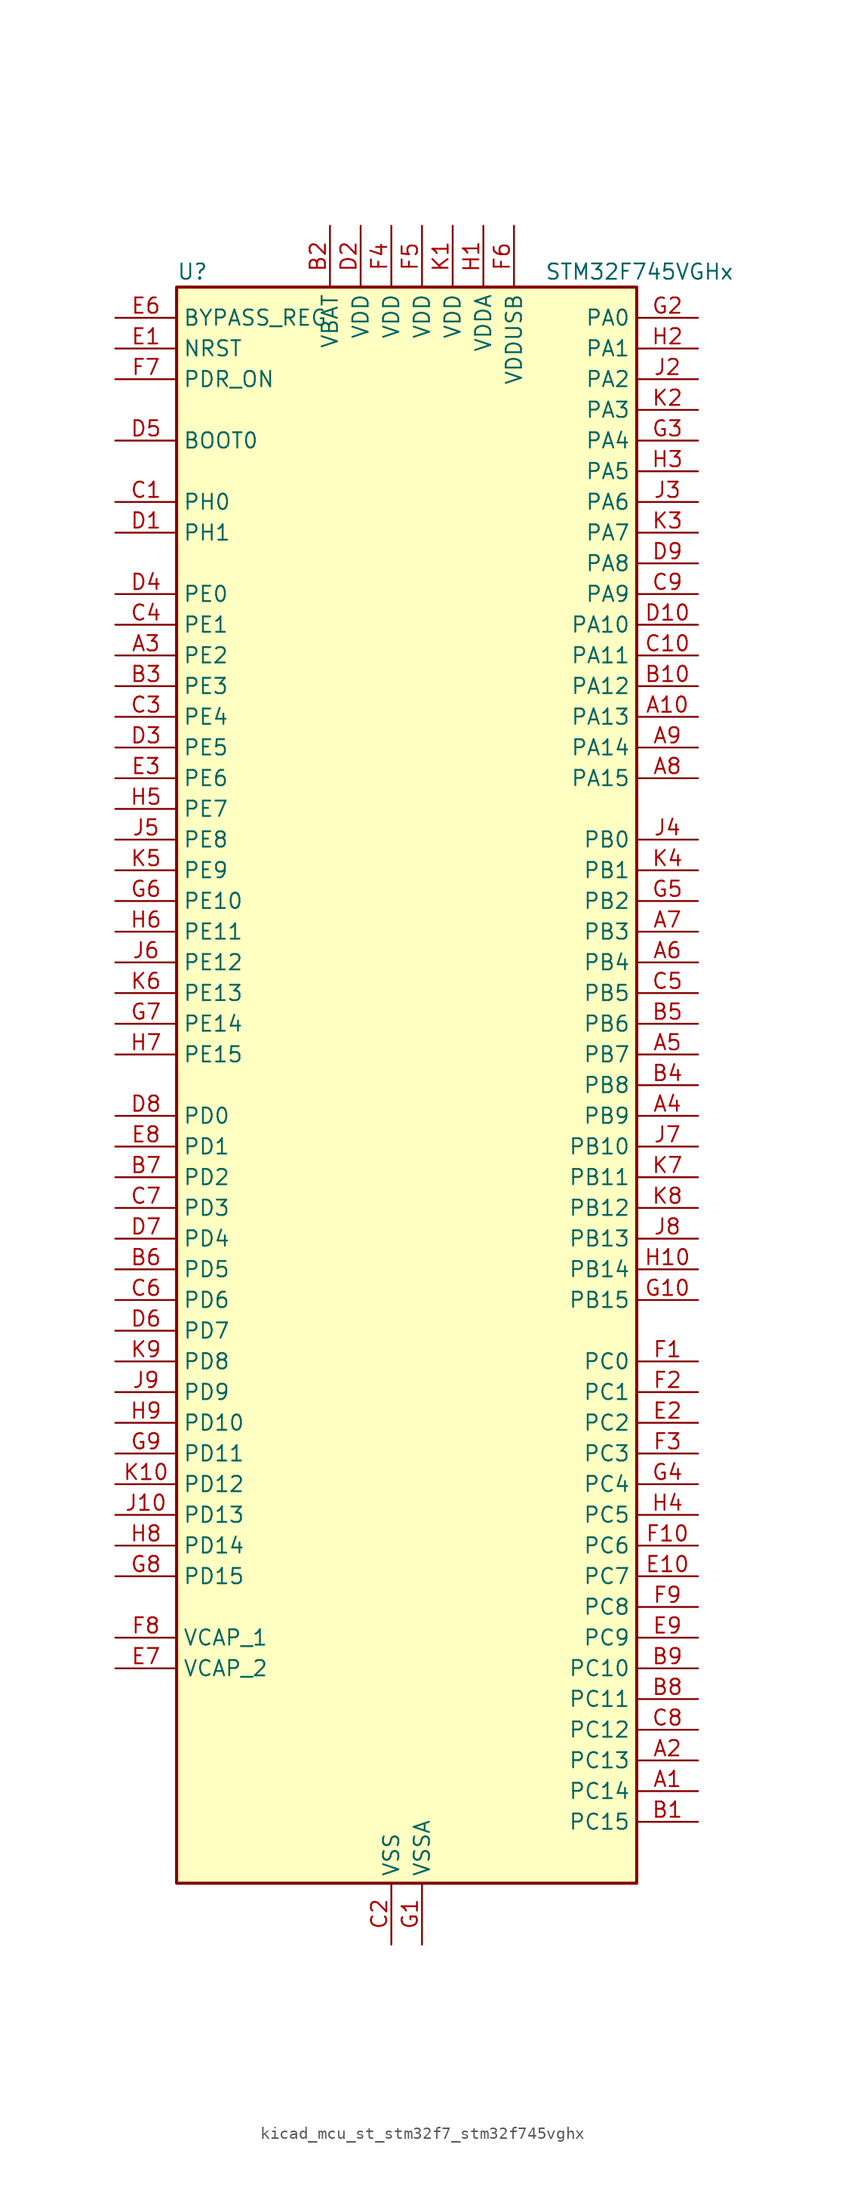
<source format=kicad_sym>
(kicad_symbol_lib
  (version 20220914)
  (generator kicad_symbol_editor)
  (symbol "kicad_mcu_st_stm32f7_stm32f745vghx"
    (property "Reference" "U"
      (at -17.78 67.31 0)
      (effects (font (size 1.27 1.27)) (justify left)))
    (property "Value" "STM32F745VGHx"
      (at 12.7 67.31 0)
      (effects (font (size 1.27 1.27)) (justify left)))
    (property "ki_locked" ""
      (at 0 0 0)
      (effects (font (size 1.27 1.27))))
    (symbol "kicad_mcu_st_stm32f7_stm32f745vghx_0_1"
      (rectangle (start -17.78 -66.04) (end 20.32 66.04) (stroke (width 0.254) (type default)) (fill (type background))))
    (symbol "kicad_mcu_st_stm32f7_stm32f745vghx_1_1"
      (pin bidirectional line (at 25.4 -58.42 180) (length 5.08) (name "PC14" (effects (font (size 1.27 1.27)))) (number "A1" (effects (font (size 1.27 1.27)))) (alternate "RCC_OSC32_IN" bidirectional line))
      (pin bidirectional line (at 25.4 30.48 180) (length 5.08) (name "PA13" (effects (font (size 1.27 1.27)))) (number "A10" (effects (font (size 1.27 1.27)))) (alternate "SYS_JTMS-SWDIO" bidirectional line))
      (pin bidirectional line (at 25.4 -55.88 180) (length 5.08) (name "PC13" (effects (font (size 1.27 1.27)))) (number "A2" (effects (font (size 1.27 1.27)))) (alternate "RTC_OUT" bidirectional line) (alternate "RTC_TAMP1" bidirectional line) (alternate "RTC_TS" bidirectional line) (alternate "SYS_WKUP4" bidirectional line))
      (pin bidirectional line (at -22.86 35.56 0) (length 5.08) (name "PE2" (effects (font (size 1.27 1.27)))) (number "A3" (effects (font (size 1.27 1.27)))) (alternate "ETH_TXD3" bidirectional line) (alternate "FMC_A23" bidirectional line) (alternate "QUADSPI_BK1_IO2" bidirectional line) (alternate "SAI1_MCLK_A" bidirectional line) (alternate "SPI4_SCK" bidirectional line) (alternate "SYS_TRACECLK" bidirectional line))
      (pin bidirectional line (at 25.4 -2.54 180) (length 5.08) (name "PB9" (effects (font (size 1.27 1.27)))) (number "A4" (effects (font (size 1.27 1.27)))) (alternate "CAN1_TX" bidirectional line) (alternate "DAC_EXTI9" bidirectional line) (alternate "DCMI_D7" bidirectional line) (alternate "I2C1_SDA" bidirectional line) (alternate "I2S2_WS" bidirectional line) (alternate "SDMMC1_D5" bidirectional line) (alternate "SPI2_NSS" bidirectional line) (alternate "TIM11_CH1" bidirectional line) (alternate "TIM4_CH4" bidirectional line))
      (pin bidirectional line (at 25.4 2.54 180) (length 5.08) (name "PB7" (effects (font (size 1.27 1.27)))) (number "A5" (effects (font (size 1.27 1.27)))) (alternate "DCMI_VSYNC" bidirectional line) (alternate "FMC_NL" bidirectional line) (alternate "I2C1_SDA" bidirectional line) (alternate "TIM4_CH2" bidirectional line) (alternate "USART1_RX" bidirectional line))
      (pin bidirectional line (at 25.4 10.16 180) (length 5.08) (name "PB4" (effects (font (size 1.27 1.27)))) (number "A6" (effects (font (size 1.27 1.27)))) (alternate "I2S2_WS" bidirectional line) (alternate "SPI1_MISO" bidirectional line) (alternate "SPI2_NSS" bidirectional line) (alternate "SPI3_MISO" bidirectional line) (alternate "SYS_JTRST" bidirectional line) (alternate "TIM3_CH1" bidirectional line))
      (pin bidirectional line (at 25.4 12.7 180) (length 5.08) (name "PB3" (effects (font (size 1.27 1.27)))) (number "A7" (effects (font (size 1.27 1.27)))) (alternate "I2S1_CK" bidirectional line) (alternate "I2S3_CK" bidirectional line) (alternate "SPI1_SCK" bidirectional line) (alternate "SPI3_SCK" bidirectional line) (alternate "SYS_JTDO-SWO" bidirectional line) (alternate "TIM2_CH2" bidirectional line))
      (pin bidirectional line (at 25.4 25.4 180) (length 5.08) (name "PA15" (effects (font (size 1.27 1.27)))) (number "A8" (effects (font (size 1.27 1.27)))) (alternate "CEC" bidirectional line) (alternate "I2S1_WS" bidirectional line) (alternate "I2S3_WS" bidirectional line) (alternate "SPI1_NSS" bidirectional line) (alternate "SPI3_NSS" bidirectional line) (alternate "SYS_JTDI" bidirectional line) (alternate "TIM2_CH1" bidirectional line) (alternate "TIM2_ETR" bidirectional line) (alternate "UART4_DE" bidirectional line) (alternate "UART4_RTS" bidirectional line))
      (pin bidirectional line (at 25.4 27.94 180) (length 5.08) (name "PA14" (effects (font (size 1.27 1.27)))) (number "A9" (effects (font (size 1.27 1.27)))) (alternate "SYS_JTCK-SWCLK" bidirectional line))
      (pin bidirectional line (at 25.4 -60.96 180) (length 5.08) (name "PC15" (effects (font (size 1.27 1.27)))) (number "B1" (effects (font (size 1.27 1.27)))) (alternate "RCC_OSC32_OUT" bidirectional line))
      (pin bidirectional line (at 25.4 33.02 180) (length 5.08) (name "PA12" (effects (font (size 1.27 1.27)))) (number "B10" (effects (font (size 1.27 1.27)))) (alternate "CAN1_TX" bidirectional line) (alternate "SAI2_FS_B" bidirectional line) (alternate "TIM1_ETR" bidirectional line) (alternate "USART1_DE" bidirectional line) (alternate "USART1_RTS" bidirectional line) (alternate "USB_OTG_FS_DP" bidirectional line))
      (pin power_in line (at -5.08 71.12 270) (length 5.08) (name "VBAT" (effects (font (size 1.27 1.27)))) (number "B2" (effects (font (size 1.27 1.27)))))
      (pin bidirectional line (at -22.86 33.02 0) (length 5.08) (name "PE3" (effects (font (size 1.27 1.27)))) (number "B3" (effects (font (size 1.27 1.27)))) (alternate "FMC_A19" bidirectional line) (alternate "SAI1_SD_B" bidirectional line) (alternate "SYS_TRACED0" bidirectional line))
      (pin bidirectional line (at 25.4 0 180) (length 5.08) (name "PB8" (effects (font (size 1.27 1.27)))) (number "B4" (effects (font (size 1.27 1.27)))) (alternate "CAN1_RX" bidirectional line) (alternate "DCMI_D6" bidirectional line) (alternate "ETH_TXD3" bidirectional line) (alternate "I2C1_SCL" bidirectional line) (alternate "SDMMC1_D4" bidirectional line) (alternate "TIM10_CH1" bidirectional line) (alternate "TIM4_CH3" bidirectional line))
      (pin bidirectional line (at 25.4 5.08 180) (length 5.08) (name "PB6" (effects (font (size 1.27 1.27)))) (number "B5" (effects (font (size 1.27 1.27)))) (alternate "CAN2_TX" bidirectional line) (alternate "CEC" bidirectional line) (alternate "DCMI_D5" bidirectional line) (alternate "FMC_SDNE1" bidirectional line) (alternate "I2C1_SCL" bidirectional line) (alternate "QUADSPI_BK1_NCS" bidirectional line) (alternate "TIM4_CH1" bidirectional line) (alternate "USART1_TX" bidirectional line))
      (pin bidirectional line (at -22.86 -15.24 0) (length 5.08) (name "PD5" (effects (font (size 1.27 1.27)))) (number "B6" (effects (font (size 1.27 1.27)))) (alternate "FMC_NWE" bidirectional line) (alternate "USART2_TX" bidirectional line))
      (pin bidirectional line (at -22.86 -7.62 0) (length 5.08) (name "PD2" (effects (font (size 1.27 1.27)))) (number "B7" (effects (font (size 1.27 1.27)))) (alternate "DCMI_D11" bidirectional line) (alternate "SDMMC1_CMD" bidirectional line) (alternate "SYS_TRACED2" bidirectional line) (alternate "TIM3_ETR" bidirectional line) (alternate "UART5_RX" bidirectional line))
      (pin bidirectional line (at 25.4 -50.8 180) (length 5.08) (name "PC11" (effects (font (size 1.27 1.27)))) (number "B8" (effects (font (size 1.27 1.27)))) (alternate "ADC1_EXTI11" bidirectional line) (alternate "ADC2_EXTI11" bidirectional line) (alternate "ADC3_EXTI11" bidirectional line) (alternate "DCMI_D4" bidirectional line) (alternate "QUADSPI_BK2_NCS" bidirectional line) (alternate "SDMMC1_D3" bidirectional line) (alternate "SPI3_MISO" bidirectional line) (alternate "UART4_RX" bidirectional line) (alternate "USART3_RX" bidirectional line))
      (pin bidirectional line (at 25.4 -48.26 180) (length 5.08) (name "PC10" (effects (font (size 1.27 1.27)))) (number "B9" (effects (font (size 1.27 1.27)))) (alternate "DCMI_D8" bidirectional line) (alternate "I2S3_CK" bidirectional line) (alternate "QUADSPI_BK1_IO1" bidirectional line) (alternate "SDMMC1_D2" bidirectional line) (alternate "SPI3_SCK" bidirectional line) (alternate "UART4_TX" bidirectional line) (alternate "USART3_TX" bidirectional line))
      (pin bidirectional line (at -22.86 48.26 0) (length 5.08) (name "PH0" (effects (font (size 1.27 1.27)))) (number "C1" (effects (font (size 1.27 1.27)))) (alternate "RCC_OSC_IN" bidirectional line))
      (pin bidirectional line (at 25.4 35.56 180) (length 5.08) (name "PA11" (effects (font (size 1.27 1.27)))) (number "C10" (effects (font (size 1.27 1.27)))) (alternate "ADC1_EXTI11" bidirectional line) (alternate "ADC2_EXTI11" bidirectional line) (alternate "ADC3_EXTI11" bidirectional line) (alternate "CAN1_RX" bidirectional line) (alternate "TIM1_CH4" bidirectional line) (alternate "USART1_CTS" bidirectional line) (alternate "USB_OTG_FS_DM" bidirectional line))
      (pin power_in line (at 0 -71.12 90) (length 5.08) (name "VSS" (effects (font (size 1.27 1.27)))) (number "C2" (effects (font (size 1.27 1.27)))))
      (pin bidirectional line (at -22.86 30.48 0) (length 5.08) (name "PE4" (effects (font (size 1.27 1.27)))) (number "C3" (effects (font (size 1.27 1.27)))) (alternate "DCMI_D4" bidirectional line) (alternate "FMC_A20" bidirectional line) (alternate "SAI1_FS_A" bidirectional line) (alternate "SPI4_NSS" bidirectional line) (alternate "SYS_TRACED1" bidirectional line))
      (pin bidirectional line (at -22.86 38.1 0) (length 5.08) (name "PE1" (effects (font (size 1.27 1.27)))) (number "C4" (effects (font (size 1.27 1.27)))) (alternate "DCMI_D3" bidirectional line) (alternate "FMC_NBL1" bidirectional line) (alternate "LPTIM1_IN2" bidirectional line) (alternate "UART8_TX" bidirectional line))
      (pin bidirectional line (at 25.4 7.62 180) (length 5.08) (name "PB5" (effects (font (size 1.27 1.27)))) (number "C5" (effects (font (size 1.27 1.27)))) (alternate "CAN2_RX" bidirectional line) (alternate "DCMI_D10" bidirectional line) (alternate "ETH_PPS_OUT" bidirectional line) (alternate "FMC_SDCKE1" bidirectional line) (alternate "I2C1_SMBA" bidirectional line) (alternate "I2S1_SD" bidirectional line) (alternate "I2S3_SD" bidirectional line) (alternate "SPI1_MOSI" bidirectional line) (alternate "SPI3_MOSI" bidirectional line) (alternate "TIM3_CH2" bidirectional line) (alternate "USB_OTG_HS_ULPI_D7" bidirectional line))
      (pin bidirectional line (at -22.86 -17.78 0) (length 5.08) (name "PD6" (effects (font (size 1.27 1.27)))) (number "C6" (effects (font (size 1.27 1.27)))) (alternate "DCMI_D10" bidirectional line) (alternate "FMC_NWAIT" bidirectional line) (alternate "I2S3_SD" bidirectional line) (alternate "SAI1_SD_A" bidirectional line) (alternate "SPI3_MOSI" bidirectional line) (alternate "USART2_RX" bidirectional line))
      (pin bidirectional line (at -22.86 -10.16 0) (length 5.08) (name "PD3" (effects (font (size 1.27 1.27)))) (number "C7" (effects (font (size 1.27 1.27)))) (alternate "DCMI_D5" bidirectional line) (alternate "FMC_CLK" bidirectional line) (alternate "I2S2_CK" bidirectional line) (alternate "SPI2_SCK" bidirectional line) (alternate "USART2_CTS" bidirectional line))
      (pin bidirectional line (at 25.4 -53.34 180) (length 5.08) (name "PC12" (effects (font (size 1.27 1.27)))) (number "C8" (effects (font (size 1.27 1.27)))) (alternate "DCMI_D9" bidirectional line) (alternate "I2S3_SD" bidirectional line) (alternate "SDMMC1_CK" bidirectional line) (alternate "SPI3_MOSI" bidirectional line) (alternate "SYS_TRACED3" bidirectional line) (alternate "UART5_TX" bidirectional line) (alternate "USART3_CK" bidirectional line))
      (pin bidirectional line (at 25.4 40.64 180) (length 5.08) (name "PA9" (effects (font (size 1.27 1.27)))) (number "C9" (effects (font (size 1.27 1.27)))) (alternate "DAC_EXTI9" bidirectional line) (alternate "DCMI_D0" bidirectional line) (alternate "I2C3_SMBA" bidirectional line) (alternate "I2S2_CK" bidirectional line) (alternate "SPI2_SCK" bidirectional line) (alternate "TIM1_CH2" bidirectional line) (alternate "USART1_TX" bidirectional line) (alternate "USB_OTG_FS_VBUS" bidirectional line))
      (pin bidirectional line (at -22.86 45.72 0) (length 5.08) (name "PH1" (effects (font (size 1.27 1.27)))) (number "D1" (effects (font (size 1.27 1.27)))) (alternate "RCC_OSC_OUT" bidirectional line))
      (pin bidirectional line (at 25.4 38.1 180) (length 5.08) (name "PA10" (effects (font (size 1.27 1.27)))) (number "D10" (effects (font (size 1.27 1.27)))) (alternate "DCMI_D1" bidirectional line) (alternate "TIM1_CH3" bidirectional line) (alternate "USART1_RX" bidirectional line) (alternate "USB_OTG_FS_ID" bidirectional line))
      (pin power_in line (at -2.54 71.12 270) (length 5.08) (name "VDD" (effects (font (size 1.27 1.27)))) (number "D2" (effects (font (size 1.27 1.27)))))
      (pin bidirectional line (at -22.86 27.94 0) (length 5.08) (name "PE5" (effects (font (size 1.27 1.27)))) (number "D3" (effects (font (size 1.27 1.27)))) (alternate "DCMI_D6" bidirectional line) (alternate "FMC_A21" bidirectional line) (alternate "SAI1_SCK_A" bidirectional line) (alternate "SPI4_MISO" bidirectional line) (alternate "SYS_TRACED2" bidirectional line) (alternate "TIM9_CH1" bidirectional line))
      (pin bidirectional line (at -22.86 40.64 0) (length 5.08) (name "PE0" (effects (font (size 1.27 1.27)))) (number "D4" (effects (font (size 1.27 1.27)))) (alternate "DCMI_D2" bidirectional line) (alternate "FMC_NBL0" bidirectional line) (alternate "LPTIM1_ETR" bidirectional line) (alternate "SAI2_MCLK_A" bidirectional line) (alternate "TIM4_ETR" bidirectional line) (alternate "UART8_RX" bidirectional line))
      (pin input line (at -22.86 53.34 0) (length 5.08) (name "BOOT0" (effects (font (size 1.27 1.27)))) (number "D5" (effects (font (size 1.27 1.27)))))
      (pin bidirectional line (at -22.86 -20.32 0) (length 5.08) (name "PD7" (effects (font (size 1.27 1.27)))) (number "D6" (effects (font (size 1.27 1.27)))) (alternate "FMC_NE1" bidirectional line) (alternate "SPDIFRX_IN0" bidirectional line) (alternate "USART2_CK" bidirectional line))
      (pin bidirectional line (at -22.86 -12.7 0) (length 5.08) (name "PD4" (effects (font (size 1.27 1.27)))) (number "D7" (effects (font (size 1.27 1.27)))) (alternate "FMC_NOE" bidirectional line) (alternate "USART2_DE" bidirectional line) (alternate "USART2_RTS" bidirectional line))
      (pin bidirectional line (at -22.86 -2.54 0) (length 5.08) (name "PD0" (effects (font (size 1.27 1.27)))) (number "D8" (effects (font (size 1.27 1.27)))) (alternate "CAN1_RX" bidirectional line) (alternate "FMC_D2" bidirectional line) (alternate "FMC_DA2" bidirectional line))
      (pin bidirectional line (at 25.4 43.18 180) (length 5.08) (name "PA8" (effects (font (size 1.27 1.27)))) (number "D9" (effects (font (size 1.27 1.27)))) (alternate "I2C3_SCL" bidirectional line) (alternate "RCC_MCO_1" bidirectional line) (alternate "TIM1_CH1" bidirectional line) (alternate "TIM8_BKIN2" bidirectional line) (alternate "USART1_CK" bidirectional line) (alternate "USB_OTG_FS_SOF" bidirectional line))
      (pin input line (at -22.86 60.96 0) (length 5.08) (name "NRST" (effects (font (size 1.27 1.27)))) (number "E1" (effects (font (size 1.27 1.27)))))
      (pin bidirectional line (at 25.4 -40.64 180) (length 5.08) (name "PC7" (effects (font (size 1.27 1.27)))) (number "E10" (effects (font (size 1.27 1.27)))) (alternate "DCMI_D1" bidirectional line) (alternate "I2S3_MCK" bidirectional line) (alternate "SDMMC1_D7" bidirectional line) (alternate "TIM3_CH2" bidirectional line) (alternate "TIM8_CH2" bidirectional line) (alternate "USART6_RX" bidirectional line))
      (pin bidirectional line (at 25.4 -27.94 180) (length 5.08) (name "PC2" (effects (font (size 1.27 1.27)))) (number "E2" (effects (font (size 1.27 1.27)))) (alternate "ADC1_IN12" bidirectional line) (alternate "ADC2_IN12" bidirectional line) (alternate "ADC3_IN12" bidirectional line) (alternate "ETH_TXD2" bidirectional line) (alternate "FMC_SDNE0" bidirectional line) (alternate "SPI2_MISO" bidirectional line) (alternate "USB_OTG_HS_ULPI_DIR" bidirectional line))
      (pin bidirectional line (at -22.86 25.4 0) (length 5.08) (name "PE6" (effects (font (size 1.27 1.27)))) (number "E3" (effects (font (size 1.27 1.27)))) (alternate "DCMI_D7" bidirectional line) (alternate "FMC_A22" bidirectional line) (alternate "SAI1_SD_A" bidirectional line) (alternate "SAI2_MCLK_B" bidirectional line) (alternate "SPI4_MOSI" bidirectional line) (alternate "SYS_TRACED3" bidirectional line) (alternate "TIM1_BKIN2" bidirectional line) (alternate "TIM9_CH2" bidirectional line))
      (pin passive line (at 0 -71.12 90) (length 5.08) hide (name "VSS" (effects (font (size 1.27 1.27)))) (number "E4" (effects (font (size 1.27 1.27)))))
      (pin passive line (at 0 -71.12 90) (length 5.08) hide (name "VSS" (effects (font (size 1.27 1.27)))) (number "E5" (effects (font (size 1.27 1.27)))))
      (pin input line (at -22.86 63.5 0) (length 5.08) (name "BYPASS_REG" (effects (font (size 1.27 1.27)))) (number "E6" (effects (font (size 1.27 1.27)))))
      (pin power_out line (at -22.86 -48.26 0) (length 5.08) (name "VCAP_2" (effects (font (size 1.27 1.27)))) (number "E7" (effects (font (size 1.27 1.27)))))
      (pin bidirectional line (at -22.86 -5.08 0) (length 5.08) (name "PD1" (effects (font (size 1.27 1.27)))) (number "E8" (effects (font (size 1.27 1.27)))) (alternate "CAN1_TX" bidirectional line) (alternate "FMC_D3" bidirectional line) (alternate "FMC_DA3" bidirectional line))
      (pin bidirectional line (at 25.4 -45.72 180) (length 5.08) (name "PC9" (effects (font (size 1.27 1.27)))) (number "E9" (effects (font (size 1.27 1.27)))) (alternate "DAC_EXTI9" bidirectional line) (alternate "DCMI_D3" bidirectional line) (alternate "I2C3_SDA" bidirectional line) (alternate "I2S_CKIN" bidirectional line) (alternate "QUADSPI_BK1_IO0" bidirectional line) (alternate "RCC_MCO_2" bidirectional line) (alternate "SDMMC1_D1" bidirectional line) (alternate "TIM3_CH4" bidirectional line) (alternate "TIM8_CH4" bidirectional line) (alternate "UART5_CTS" bidirectional line))
      (pin bidirectional line (at 25.4 -22.86 180) (length 5.08) (name "PC0" (effects (font (size 1.27 1.27)))) (number "F1" (effects (font (size 1.27 1.27)))) (alternate "ADC1_IN10" bidirectional line) (alternate "ADC2_IN10" bidirectional line) (alternate "ADC3_IN10" bidirectional line) (alternate "FMC_SDNWE" bidirectional line) (alternate "SAI2_FS_B" bidirectional line) (alternate "USB_OTG_HS_ULPI_STP" bidirectional line))
      (pin bidirectional line (at 25.4 -38.1 180) (length 5.08) (name "PC6" (effects (font (size 1.27 1.27)))) (number "F10" (effects (font (size 1.27 1.27)))) (alternate "DCMI_D0" bidirectional line) (alternate "I2S2_MCK" bidirectional line) (alternate "SDMMC1_D6" bidirectional line) (alternate "TIM3_CH1" bidirectional line) (alternate "TIM8_CH1" bidirectional line) (alternate "USART6_TX" bidirectional line))
      (pin bidirectional line (at 25.4 -25.4 180) (length 5.08) (name "PC1" (effects (font (size 1.27 1.27)))) (number "F2" (effects (font (size 1.27 1.27)))) (alternate "ADC1_IN11" bidirectional line) (alternate "ADC2_IN11" bidirectional line) (alternate "ADC3_IN11" bidirectional line) (alternate "ETH_MDC" bidirectional line) (alternate "I2S2_SD" bidirectional line) (alternate "RTC_TAMP3" bidirectional line) (alternate "RTC_TS" bidirectional line) (alternate "SAI1_SD_A" bidirectional line) (alternate "SPI2_MOSI" bidirectional line) (alternate "SYS_TRACED0" bidirectional line) (alternate "SYS_WKUP3" bidirectional line))
      (pin bidirectional line (at 25.4 -30.48 180) (length 5.08) (name "PC3" (effects (font (size 1.27 1.27)))) (number "F3" (effects (font (size 1.27 1.27)))) (alternate "ADC1_IN13" bidirectional line) (alternate "ADC2_IN13" bidirectional line) (alternate "ADC3_IN13" bidirectional line) (alternate "ETH_TX_CLK" bidirectional line) (alternate "FMC_SDCKE0" bidirectional line) (alternate "I2S2_SD" bidirectional line) (alternate "SPI2_MOSI" bidirectional line) (alternate "USB_OTG_HS_ULPI_NXT" bidirectional line))
      (pin power_in line (at 0 71.12 270) (length 5.08) (name "VDD" (effects (font (size 1.27 1.27)))) (number "F4" (effects (font (size 1.27 1.27)))))
      (pin power_in line (at 2.54 71.12 270) (length 5.08) (name "VDD" (effects (font (size 1.27 1.27)))) (number "F5" (effects (font (size 1.27 1.27)))))
      (pin power_in line (at 10.16 71.12 270) (length 5.08) (name "VDDUSB" (effects (font (size 1.27 1.27)))) (number "F6" (effects (font (size 1.27 1.27)))))
      (pin input line (at -22.86 58.42 0) (length 5.08) (name "PDR_ON" (effects (font (size 1.27 1.27)))) (number "F7" (effects (font (size 1.27 1.27)))))
      (pin power_out line (at -22.86 -45.72 0) (length 5.08) (name "VCAP_1" (effects (font (size 1.27 1.27)))) (number "F8" (effects (font (size 1.27 1.27)))))
      (pin bidirectional line (at 25.4 -43.18 180) (length 5.08) (name "PC8" (effects (font (size 1.27 1.27)))) (number "F9" (effects (font (size 1.27 1.27)))) (alternate "DCMI_D2" bidirectional line) (alternate "SDMMC1_D0" bidirectional line) (alternate "SYS_TRACED1" bidirectional line) (alternate "TIM3_CH3" bidirectional line) (alternate "TIM8_CH3" bidirectional line) (alternate "UART5_DE" bidirectional line) (alternate "UART5_RTS" bidirectional line) (alternate "USART6_CK" bidirectional line))
      (pin power_in line (at 2.54 -71.12 90) (length 5.08) (name "VSSA" (effects (font (size 1.27 1.27)))) (number "G1" (effects (font (size 1.27 1.27)))))
      (pin bidirectional line (at 25.4 -17.78 180) (length 5.08) (name "PB15" (effects (font (size 1.27 1.27)))) (number "G10" (effects (font (size 1.27 1.27)))) (alternate "I2S2_SD" bidirectional line) (alternate "RTC_REFIN" bidirectional line) (alternate "SPI2_MOSI" bidirectional line) (alternate "TIM12_CH2" bidirectional line) (alternate "TIM1_CH3N" bidirectional line) (alternate "TIM8_CH3N" bidirectional line) (alternate "USB_OTG_HS_DP" bidirectional line))
      (pin bidirectional line (at 25.4 63.5 180) (length 5.08) (name "PA0" (effects (font (size 1.27 1.27)))) (number "G2" (effects (font (size 1.27 1.27)))) (alternate "ADC1_IN0" bidirectional line) (alternate "ADC2_IN0" bidirectional line) (alternate "ADC3_IN0" bidirectional line) (alternate "ETH_CRS" bidirectional line) (alternate "SAI2_SD_B" bidirectional line) (alternate "SYS_WKUP1" bidirectional line) (alternate "TIM2_CH1" bidirectional line) (alternate "TIM2_ETR" bidirectional line) (alternate "TIM5_CH1" bidirectional line) (alternate "TIM8_ETR" bidirectional line) (alternate "UART4_TX" bidirectional line) (alternate "USART2_CTS" bidirectional line))
      (pin bidirectional line (at 25.4 53.34 180) (length 5.08) (name "PA4" (effects (font (size 1.27 1.27)))) (number "G3" (effects (font (size 1.27 1.27)))) (alternate "ADC1_IN4" bidirectional line) (alternate "ADC2_IN4" bidirectional line) (alternate "DAC_OUT1" bidirectional line) (alternate "DCMI_HSYNC" bidirectional line) (alternate "I2S1_WS" bidirectional line) (alternate "I2S3_WS" bidirectional line) (alternate "SPI1_NSS" bidirectional line) (alternate "SPI3_NSS" bidirectional line) (alternate "USART2_CK" bidirectional line) (alternate "USB_OTG_HS_SOF" bidirectional line))
      (pin bidirectional line (at 25.4 -33.02 180) (length 5.08) (name "PC4" (effects (font (size 1.27 1.27)))) (number "G4" (effects (font (size 1.27 1.27)))) (alternate "ADC1_IN14" bidirectional line) (alternate "ADC2_IN14" bidirectional line) (alternate "ETH_RXD0" bidirectional line) (alternate "FMC_SDNE0" bidirectional line) (alternate "I2S1_MCK" bidirectional line) (alternate "SPDIFRX_IN2" bidirectional line))
      (pin bidirectional line (at 25.4 15.24 180) (length 5.08) (name "PB2" (effects (font (size 1.27 1.27)))) (number "G5" (effects (font (size 1.27 1.27)))) (alternate "I2S3_SD" bidirectional line) (alternate "QUADSPI_CLK" bidirectional line) (alternate "SAI1_SD_A" bidirectional line) (alternate "SPI3_MOSI" bidirectional line))
      (pin bidirectional line (at -22.86 15.24 0) (length 5.08) (name "PE10" (effects (font (size 1.27 1.27)))) (number "G6" (effects (font (size 1.27 1.27)))) (alternate "FMC_D7" bidirectional line) (alternate "FMC_DA7" bidirectional line) (alternate "QUADSPI_BK2_IO3" bidirectional line) (alternate "TIM1_CH2N" bidirectional line) (alternate "UART7_CTS" bidirectional line))
      (pin bidirectional line (at -22.86 5.08 0) (length 5.08) (name "PE14" (effects (font (size 1.27 1.27)))) (number "G7" (effects (font (size 1.27 1.27)))) (alternate "FMC_D11" bidirectional line) (alternate "FMC_DA11" bidirectional line) (alternate "SAI2_MCLK_B" bidirectional line) (alternate "SPI4_MOSI" bidirectional line) (alternate "TIM1_CH4" bidirectional line))
      (pin bidirectional line (at -22.86 -40.64 0) (length 5.08) (name "PD15" (effects (font (size 1.27 1.27)))) (number "G8" (effects (font (size 1.27 1.27)))) (alternate "FMC_D1" bidirectional line) (alternate "FMC_DA1" bidirectional line) (alternate "TIM4_CH4" bidirectional line) (alternate "UART8_DE" bidirectional line) (alternate "UART8_RTS" bidirectional line))
      (pin bidirectional line (at -22.86 -30.48 0) (length 5.08) (name "PD11" (effects (font (size 1.27 1.27)))) (number "G9" (effects (font (size 1.27 1.27)))) (alternate "ADC1_EXTI11" bidirectional line) (alternate "ADC2_EXTI11" bidirectional line) (alternate "ADC3_EXTI11" bidirectional line) (alternate "FMC_A16" bidirectional line) (alternate "FMC_CLE" bidirectional line) (alternate "I2C4_SMBA" bidirectional line) (alternate "QUADSPI_BK1_IO0" bidirectional line) (alternate "SAI2_SD_A" bidirectional line) (alternate "USART3_CTS" bidirectional line))
      (pin power_in line (at 7.62 71.12 270) (length 5.08) (name "VDDA" (effects (font (size 1.27 1.27)))) (number "H1" (effects (font (size 1.27 1.27)))))
      (pin bidirectional line (at 25.4 -15.24 180) (length 5.08) (name "PB14" (effects (font (size 1.27 1.27)))) (number "H10" (effects (font (size 1.27 1.27)))) (alternate "SPI2_MISO" bidirectional line) (alternate "TIM12_CH1" bidirectional line) (alternate "TIM1_CH2N" bidirectional line) (alternate "TIM8_CH2N" bidirectional line) (alternate "USART3_DE" bidirectional line) (alternate "USART3_RTS" bidirectional line) (alternate "USB_OTG_HS_DM" bidirectional line))
      (pin bidirectional line (at 25.4 60.96 180) (length 5.08) (name "PA1" (effects (font (size 1.27 1.27)))) (number "H2" (effects (font (size 1.27 1.27)))) (alternate "ADC1_IN1" bidirectional line) (alternate "ADC2_IN1" bidirectional line) (alternate "ADC3_IN1" bidirectional line) (alternate "ETH_REF_CLK" bidirectional line) (alternate "ETH_RX_CLK" bidirectional line) (alternate "QUADSPI_BK1_IO3" bidirectional line) (alternate "SAI2_MCLK_B" bidirectional line) (alternate "TIM2_CH2" bidirectional line) (alternate "TIM5_CH2" bidirectional line) (alternate "UART4_RX" bidirectional line) (alternate "USART2_DE" bidirectional line) (alternate "USART2_RTS" bidirectional line))
      (pin bidirectional line (at 25.4 50.8 180) (length 5.08) (name "PA5" (effects (font (size 1.27 1.27)))) (number "H3" (effects (font (size 1.27 1.27)))) (alternate "ADC1_IN5" bidirectional line) (alternate "ADC2_IN5" bidirectional line) (alternate "DAC_OUT2" bidirectional line) (alternate "I2S1_CK" bidirectional line) (alternate "SPI1_SCK" bidirectional line) (alternate "TIM2_CH1" bidirectional line) (alternate "TIM2_ETR" bidirectional line) (alternate "TIM8_CH1N" bidirectional line) (alternate "USB_OTG_HS_ULPI_CK" bidirectional line))
      (pin bidirectional line (at 25.4 -35.56 180) (length 5.08) (name "PC5" (effects (font (size 1.27 1.27)))) (number "H4" (effects (font (size 1.27 1.27)))) (alternate "ADC1_IN15" bidirectional line) (alternate "ADC2_IN15" bidirectional line) (alternate "ETH_RXD1" bidirectional line) (alternate "FMC_SDCKE0" bidirectional line) (alternate "SPDIFRX_IN3" bidirectional line))
      (pin bidirectional line (at -22.86 22.86 0) (length 5.08) (name "PE7" (effects (font (size 1.27 1.27)))) (number "H5" (effects (font (size 1.27 1.27)))) (alternate "FMC_D4" bidirectional line) (alternate "FMC_DA4" bidirectional line) (alternate "QUADSPI_BK2_IO0" bidirectional line) (alternate "TIM1_ETR" bidirectional line) (alternate "UART7_RX" bidirectional line))
      (pin bidirectional line (at -22.86 12.7 0) (length 5.08) (name "PE11" (effects (font (size 1.27 1.27)))) (number "H6" (effects (font (size 1.27 1.27)))) (alternate "ADC1_EXTI11" bidirectional line) (alternate "ADC2_EXTI11" bidirectional line) (alternate "ADC3_EXTI11" bidirectional line) (alternate "FMC_D8" bidirectional line) (alternate "FMC_DA8" bidirectional line) (alternate "SAI2_SD_B" bidirectional line) (alternate "SPI4_NSS" bidirectional line) (alternate "TIM1_CH2" bidirectional line))
      (pin bidirectional line (at -22.86 2.54 0) (length 5.08) (name "PE15" (effects (font (size 1.27 1.27)))) (number "H7" (effects (font (size 1.27 1.27)))) (alternate "FMC_D12" bidirectional line) (alternate "FMC_DA12" bidirectional line) (alternate "TIM1_BKIN" bidirectional line))
      (pin bidirectional line (at -22.86 -38.1 0) (length 5.08) (name "PD14" (effects (font (size 1.27 1.27)))) (number "H8" (effects (font (size 1.27 1.27)))) (alternate "FMC_D0" bidirectional line) (alternate "FMC_DA0" bidirectional line) (alternate "TIM4_CH3" bidirectional line) (alternate "UART8_CTS" bidirectional line))
      (pin bidirectional line (at -22.86 -27.94 0) (length 5.08) (name "PD10" (effects (font (size 1.27 1.27)))) (number "H9" (effects (font (size 1.27 1.27)))) (alternate "FMC_D15" bidirectional line) (alternate "FMC_DA15" bidirectional line) (alternate "USART3_CK" bidirectional line))
      (pin passive line (at 0 -71.12 90) (length 5.08) hide (name "VSS" (effects (font (size 1.27 1.27)))) (number "J1" (effects (font (size 1.27 1.27)))))
      (pin bidirectional line (at -22.86 -35.56 0) (length 5.08) (name "PD13" (effects (font (size 1.27 1.27)))) (number "J10" (effects (font (size 1.27 1.27)))) (alternate "FMC_A18" bidirectional line) (alternate "I2C4_SDA" bidirectional line) (alternate "LPTIM1_OUT" bidirectional line) (alternate "QUADSPI_BK1_IO3" bidirectional line) (alternate "SAI2_SCK_A" bidirectional line) (alternate "TIM4_CH2" bidirectional line))
      (pin bidirectional line (at 25.4 58.42 180) (length 5.08) (name "PA2" (effects (font (size 1.27 1.27)))) (number "J2" (effects (font (size 1.27 1.27)))) (alternate "ADC1_IN2" bidirectional line) (alternate "ADC2_IN2" bidirectional line) (alternate "ADC3_IN2" bidirectional line) (alternate "ETH_MDIO" bidirectional line) (alternate "SAI2_SCK_B" bidirectional line) (alternate "SYS_WKUP2" bidirectional line) (alternate "TIM2_CH3" bidirectional line) (alternate "TIM5_CH3" bidirectional line) (alternate "TIM9_CH1" bidirectional line) (alternate "USART2_TX" bidirectional line))
      (pin bidirectional line (at 25.4 48.26 180) (length 5.08) (name "PA6" (effects (font (size 1.27 1.27)))) (number "J3" (effects (font (size 1.27 1.27)))) (alternate "ADC1_IN6" bidirectional line) (alternate "ADC2_IN6" bidirectional line) (alternate "DCMI_PIXCLK" bidirectional line) (alternate "SPI1_MISO" bidirectional line) (alternate "TIM13_CH1" bidirectional line) (alternate "TIM1_BKIN" bidirectional line) (alternate "TIM3_CH1" bidirectional line) (alternate "TIM8_BKIN" bidirectional line))
      (pin bidirectional line (at 25.4 20.32 180) (length 5.08) (name "PB0" (effects (font (size 1.27 1.27)))) (number "J4" (effects (font (size 1.27 1.27)))) (alternate "ADC1_IN8" bidirectional line) (alternate "ADC2_IN8" bidirectional line) (alternate "ETH_RXD2" bidirectional line) (alternate "TIM1_CH2N" bidirectional line) (alternate "TIM3_CH3" bidirectional line) (alternate "TIM8_CH2N" bidirectional line) (alternate "UART4_CTS" bidirectional line) (alternate "USB_OTG_HS_ULPI_D1" bidirectional line))
      (pin bidirectional line (at -22.86 20.32 0) (length 5.08) (name "PE8" (effects (font (size 1.27 1.27)))) (number "J5" (effects (font (size 1.27 1.27)))) (alternate "FMC_D5" bidirectional line) (alternate "FMC_DA5" bidirectional line) (alternate "QUADSPI_BK2_IO1" bidirectional line) (alternate "TIM1_CH1N" bidirectional line) (alternate "UART7_TX" bidirectional line))
      (pin bidirectional line (at -22.86 10.16 0) (length 5.08) (name "PE12" (effects (font (size 1.27 1.27)))) (number "J6" (effects (font (size 1.27 1.27)))) (alternate "FMC_D9" bidirectional line) (alternate "FMC_DA9" bidirectional line) (alternate "SAI2_SCK_B" bidirectional line) (alternate "SPI4_SCK" bidirectional line) (alternate "TIM1_CH3N" bidirectional line))
      (pin bidirectional line (at 25.4 -5.08 180) (length 5.08) (name "PB10" (effects (font (size 1.27 1.27)))) (number "J7" (effects (font (size 1.27 1.27)))) (alternate "ETH_RX_ER" bidirectional line) (alternate "I2C2_SCL" bidirectional line) (alternate "I2S2_CK" bidirectional line) (alternate "SPI2_SCK" bidirectional line) (alternate "TIM2_CH3" bidirectional line) (alternate "USART3_TX" bidirectional line) (alternate "USB_OTG_HS_ULPI_D3" bidirectional line))
      (pin bidirectional line (at 25.4 -12.7 180) (length 5.08) (name "PB13" (effects (font (size 1.27 1.27)))) (number "J8" (effects (font (size 1.27 1.27)))) (alternate "CAN2_TX" bidirectional line) (alternate "ETH_TXD1" bidirectional line) (alternate "I2S2_CK" bidirectional line) (alternate "SPI2_SCK" bidirectional line) (alternate "TIM1_CH1N" bidirectional line) (alternate "USART3_CTS" bidirectional line) (alternate "USB_OTG_HS_ULPI_D6" bidirectional line) (alternate "USB_OTG_HS_VBUS" bidirectional line))
      (pin bidirectional line (at -22.86 -25.4 0) (length 5.08) (name "PD9" (effects (font (size 1.27 1.27)))) (number "J9" (effects (font (size 1.27 1.27)))) (alternate "DAC_EXTI9" bidirectional line) (alternate "FMC_D14" bidirectional line) (alternate "FMC_DA14" bidirectional line) (alternate "USART3_RX" bidirectional line))
      (pin power_in line (at 5.08 71.12 270) (length 5.08) (name "VDD" (effects (font (size 1.27 1.27)))) (number "K1" (effects (font (size 1.27 1.27)))))
      (pin bidirectional line (at -22.86 -33.02 0) (length 5.08) (name "PD12" (effects (font (size 1.27 1.27)))) (number "K10" (effects (font (size 1.27 1.27)))) (alternate "FMC_A17" bidirectional line) (alternate "FMC_ALE" bidirectional line) (alternate "I2C4_SCL" bidirectional line) (alternate "LPTIM1_IN1" bidirectional line) (alternate "QUADSPI_BK1_IO1" bidirectional line) (alternate "SAI2_FS_A" bidirectional line) (alternate "TIM4_CH1" bidirectional line) (alternate "USART3_DE" bidirectional line) (alternate "USART3_RTS" bidirectional line))
      (pin bidirectional line (at 25.4 55.88 180) (length 5.08) (name "PA3" (effects (font (size 1.27 1.27)))) (number "K2" (effects (font (size 1.27 1.27)))) (alternate "ADC1_IN3" bidirectional line) (alternate "ADC2_IN3" bidirectional line) (alternate "ADC3_IN3" bidirectional line) (alternate "ETH_COL" bidirectional line) (alternate "TIM2_CH4" bidirectional line) (alternate "TIM5_CH4" bidirectional line) (alternate "TIM9_CH2" bidirectional line) (alternate "USART2_RX" bidirectional line) (alternate "USB_OTG_HS_ULPI_D0" bidirectional line))
      (pin bidirectional line (at 25.4 45.72 180) (length 5.08) (name "PA7" (effects (font (size 1.27 1.27)))) (number "K3" (effects (font (size 1.27 1.27)))) (alternate "ADC1_IN7" bidirectional line) (alternate "ADC2_IN7" bidirectional line) (alternate "ETH_CRS_DV" bidirectional line) (alternate "ETH_RX_DV" bidirectional line) (alternate "FMC_SDNWE" bidirectional line) (alternate "I2S1_SD" bidirectional line) (alternate "SPI1_MOSI" bidirectional line) (alternate "TIM14_CH1" bidirectional line) (alternate "TIM1_CH1N" bidirectional line) (alternate "TIM3_CH2" bidirectional line) (alternate "TIM8_CH1N" bidirectional line))
      (pin bidirectional line (at 25.4 17.78 180) (length 5.08) (name "PB1" (effects (font (size 1.27 1.27)))) (number "K4" (effects (font (size 1.27 1.27)))) (alternate "ADC1_IN9" bidirectional line) (alternate "ADC2_IN9" bidirectional line) (alternate "ETH_RXD3" bidirectional line) (alternate "TIM1_CH3N" bidirectional line) (alternate "TIM3_CH4" bidirectional line) (alternate "TIM8_CH3N" bidirectional line) (alternate "USB_OTG_HS_ULPI_D2" bidirectional line))
      (pin bidirectional line (at -22.86 17.78 0) (length 5.08) (name "PE9" (effects (font (size 1.27 1.27)))) (number "K5" (effects (font (size 1.27 1.27)))) (alternate "DAC_EXTI9" bidirectional line) (alternate "FMC_D6" bidirectional line) (alternate "FMC_DA6" bidirectional line) (alternate "QUADSPI_BK2_IO2" bidirectional line) (alternate "TIM1_CH1" bidirectional line) (alternate "UART7_DE" bidirectional line) (alternate "UART7_RTS" bidirectional line))
      (pin bidirectional line (at -22.86 7.62 0) (length 5.08) (name "PE13" (effects (font (size 1.27 1.27)))) (number "K6" (effects (font (size 1.27 1.27)))) (alternate "FMC_D10" bidirectional line) (alternate "FMC_DA10" bidirectional line) (alternate "SAI2_FS_B" bidirectional line) (alternate "SPI4_MISO" bidirectional line) (alternate "TIM1_CH3" bidirectional line))
      (pin bidirectional line (at 25.4 -7.62 180) (length 5.08) (name "PB11" (effects (font (size 1.27 1.27)))) (number "K7" (effects (font (size 1.27 1.27)))) (alternate "ADC1_EXTI11" bidirectional line) (alternate "ADC2_EXTI11" bidirectional line) (alternate "ADC3_EXTI11" bidirectional line) (alternate "ETH_TX_EN" bidirectional line) (alternate "I2C2_SDA" bidirectional line) (alternate "TIM2_CH4" bidirectional line) (alternate "USART3_RX" bidirectional line) (alternate "USB_OTG_HS_ULPI_D4" bidirectional line))
      (pin bidirectional line (at 25.4 -10.16 180) (length 5.08) (name "PB12" (effects (font (size 1.27 1.27)))) (number "K8" (effects (font (size 1.27 1.27)))) (alternate "CAN2_RX" bidirectional line) (alternate "ETH_TXD0" bidirectional line) (alternate "I2C2_SMBA" bidirectional line) (alternate "I2S2_WS" bidirectional line) (alternate "SPI2_NSS" bidirectional line) (alternate "TIM1_BKIN" bidirectional line) (alternate "USART3_CK" bidirectional line) (alternate "USB_OTG_HS_ID" bidirectional line) (alternate "USB_OTG_HS_ULPI_D5" bidirectional line))
      (pin bidirectional line (at -22.86 -22.86 0) (length 5.08) (name "PD8" (effects (font (size 1.27 1.27)))) (number "K9" (effects (font (size 1.27 1.27)))) (alternate "FMC_D13" bidirectional line) (alternate "FMC_DA13" bidirectional line) (alternate "SPDIFRX_IN1" bidirectional line) (alternate "USART3_TX" bidirectional line)))))
</source>
